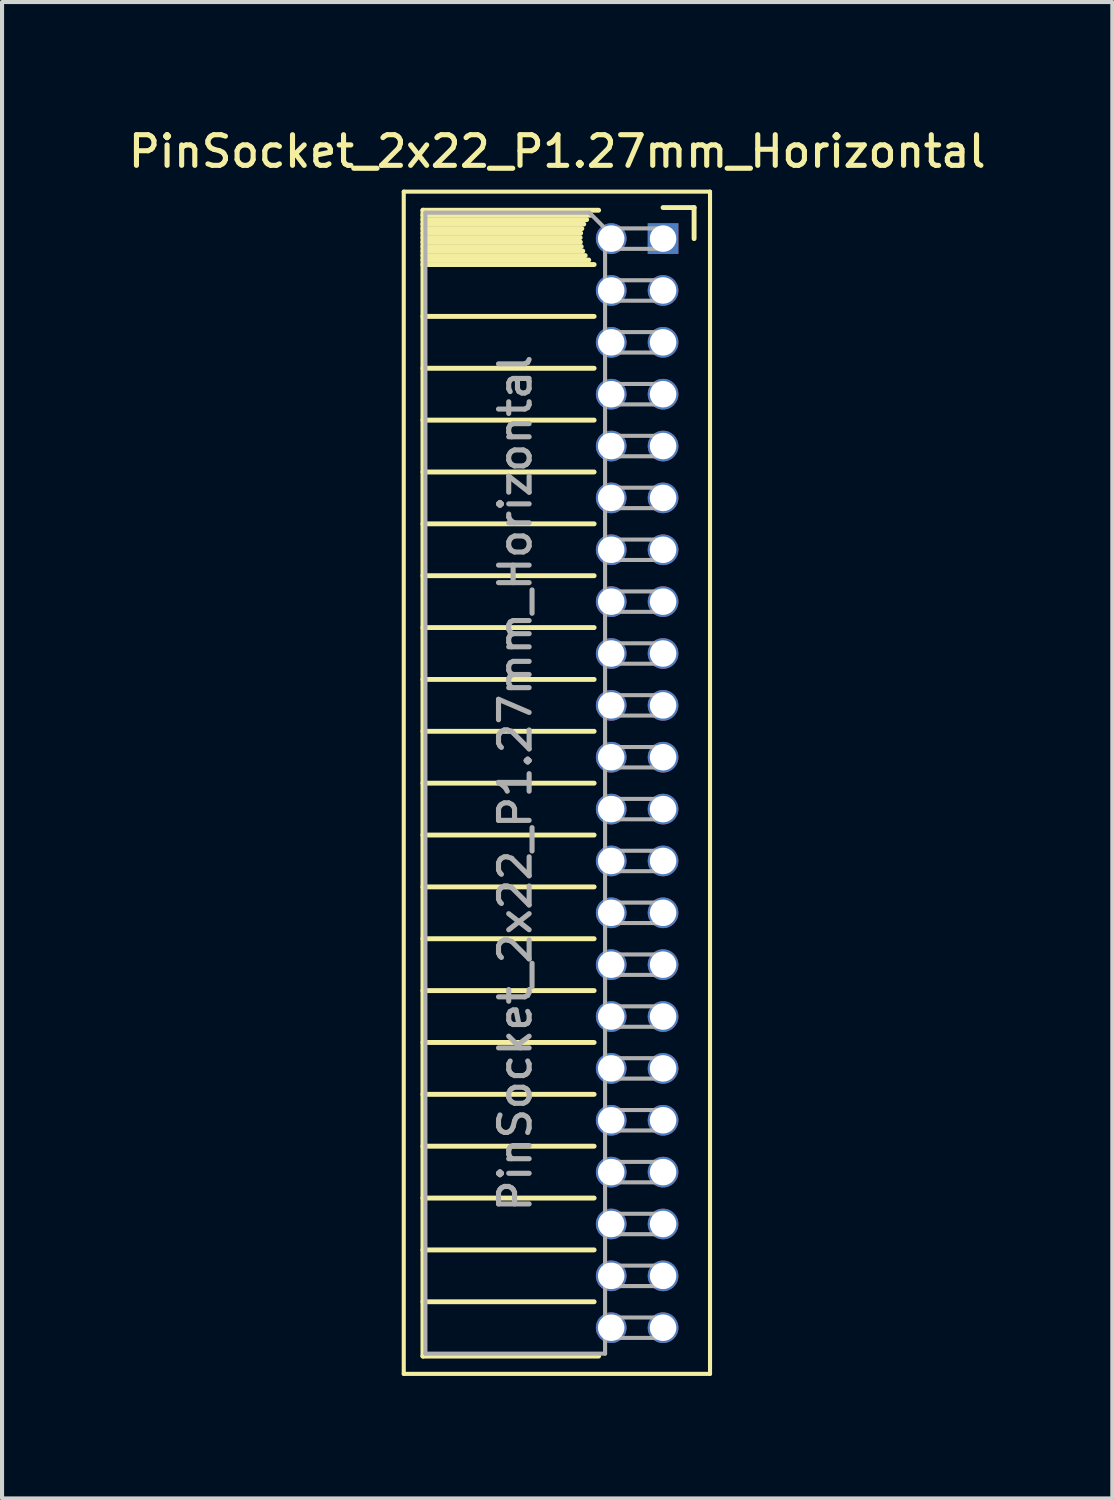
<source format=kicad_pcb>
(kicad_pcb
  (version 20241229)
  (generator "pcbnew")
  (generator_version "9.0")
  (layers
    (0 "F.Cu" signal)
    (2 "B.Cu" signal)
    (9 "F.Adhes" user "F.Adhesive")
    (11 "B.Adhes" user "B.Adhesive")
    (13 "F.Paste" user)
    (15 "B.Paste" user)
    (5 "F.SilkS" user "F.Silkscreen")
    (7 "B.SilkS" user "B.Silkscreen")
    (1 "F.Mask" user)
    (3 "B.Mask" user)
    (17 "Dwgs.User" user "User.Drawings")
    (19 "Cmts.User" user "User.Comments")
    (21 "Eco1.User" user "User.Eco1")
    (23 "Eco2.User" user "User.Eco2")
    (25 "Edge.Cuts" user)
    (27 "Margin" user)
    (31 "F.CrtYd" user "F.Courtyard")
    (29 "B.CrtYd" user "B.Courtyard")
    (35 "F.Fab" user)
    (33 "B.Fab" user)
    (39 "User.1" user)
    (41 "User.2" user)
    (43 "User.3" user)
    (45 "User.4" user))
  (footprint "PinSocket_2x22_P1.27mm_Horizontal"
    (layer "F.Cu")
    (at 13.187 2.793)
    (property "Reference" "PinSocket_2x22_P1.27mm_Horizontal" (at -2.592 -2.135 0) (layer "F.SilkS") (effects (font (size 0.75 0.75) (thickness 0.125))))
    (attr through_hole)
    (fp_line (start -6.35 -1.15) (end -6.35 27.8) (stroke (width 0.1) (type solid)) (layer "F.SilkS"))
    (fp_line (start -6.35 27.8) (end 1.15 27.8) (stroke (width 0.1) (type solid)) (layer "F.SilkS"))
    (fp_line (start -5.88 -0.695) (end -5.88 27.365) (stroke (width 0.12) (type solid)) (layer "F.SilkS"))
    (fp_line (start -5.88 -0.695) (end -1.578 -0.695) (stroke (width 0.12) (type solid)) (layer "F.SilkS"))
    (fp_line (start -5.88 -0.575) (end -1.767 -0.575) (stroke (width 0.12) (type solid)) (layer "F.SilkS"))
    (fp_line (start -5.88 -0.465) (end -1.871 -0.465) (stroke (width 0.12) (type solid)) (layer "F.SilkS"))
    (fp_line (start -5.88 -0.355) (end -1.942 -0.355) (stroke (width 0.12) (type solid)) (layer "F.SilkS"))
    (fp_line (start -5.88 -0.245) (end -1.989 -0.245) (stroke (width 0.12) (type solid)) (layer "F.SilkS"))
    (fp_line (start -5.88 -0.135) (end -2.018 -0.135) (stroke (width 0.12) (type solid)) (layer "F.SilkS"))
    (fp_line (start -5.88 -0.025) (end -2.03 -0.025) (stroke (width 0.12) (type solid)) (layer "F.SilkS"))
    (fp_line (start -5.88 0.085) (end -2.025 0.085) (stroke (width 0.12) (type solid)) (layer "F.SilkS"))
    (fp_line (start -5.88 0.195) (end -2.005 0.195) (stroke (width 0.12) (type solid)) (layer "F.SilkS"))
    (fp_line (start -5.88 0.305) (end -1.966 0.305) (stroke (width 0.12) (type solid)) (layer "F.SilkS"))
    (fp_line (start -5.88 0.415) (end -1.907 0.415) (stroke (width 0.12) (type solid)) (layer "F.SilkS"))
    (fp_line (start -5.88 0.525) (end -1.82 0.525) (stroke (width 0.12) (type solid)) (layer "F.SilkS"))
    (fp_line (start -5.88 0.635) (end -1.688 0.635) (stroke (width 0.12) (type solid)) (layer "F.SilkS"))
    (fp_line (start -5.88 1.905) (end -1.688 1.905) (stroke (width 0.12) (type solid)) (layer "F.SilkS"))
    (fp_line (start -5.88 3.175) (end -1.688 3.175) (stroke (width 0.12) (type solid)) (layer "F.SilkS"))
    (fp_line (start -5.88 4.445) (end -1.688 4.445) (stroke (width 0.12) (type solid)) (layer "F.SilkS"))
    (fp_line (start -5.88 5.715) (end -1.688 5.715) (stroke (width 0.12) (type solid)) (layer "F.SilkS"))
    (fp_line (start -5.88 6.985) (end -1.688 6.985) (stroke (width 0.12) (type solid)) (layer "F.SilkS"))
    (fp_line (start -5.88 8.255) (end -1.688 8.255) (stroke (width 0.12) (type solid)) (layer "F.SilkS"))
    (fp_line (start -5.88 9.525) (end -1.688 9.525) (stroke (width 0.12) (type solid)) (layer "F.SilkS"))
    (fp_line (start -5.88 10.795) (end -1.688 10.795) (stroke (width 0.12) (type solid)) (layer "F.SilkS"))
    (fp_line (start -5.88 12.065) (end -1.688 12.065) (stroke (width 0.12) (type solid)) (layer "F.SilkS"))
    (fp_line (start -5.88 13.335) (end -1.688 13.335) (stroke (width 0.12) (type solid)) (layer "F.SilkS"))
    (fp_line (start -5.88 14.605) (end -1.688 14.605) (stroke (width 0.12) (type solid)) (layer "F.SilkS"))
    (fp_line (start -5.88 15.875) (end -1.688 15.875) (stroke (width 0.12) (type solid)) (layer "F.SilkS"))
    (fp_line (start -5.88 17.145) (end -1.688 17.145) (stroke (width 0.12) (type solid)) (layer "F.SilkS"))
    (fp_line (start -5.88 18.415) (end -1.688 18.415) (stroke (width 0.12) (type solid)) (layer "F.SilkS"))
    (fp_line (start -5.88 19.685) (end -1.688 19.685) (stroke (width 0.12) (type solid)) (layer "F.SilkS"))
    (fp_line (start -5.88 20.955) (end -1.688 20.955) (stroke (width 0.12) (type solid)) (layer "F.SilkS"))
    (fp_line (start -5.88 22.225) (end -1.688 22.225) (stroke (width 0.12) (type solid)) (layer "F.SilkS"))
    (fp_line (start -5.88 23.495) (end -1.688 23.495) (stroke (width 0.12) (type solid)) (layer "F.SilkS"))
    (fp_line (start -5.88 24.765) (end -1.688 24.765) (stroke (width 0.12) (type solid)) (layer "F.SilkS"))
    (fp_line (start -5.88 26.035) (end -1.688 26.035) (stroke (width 0.12) (type solid)) (layer "F.SilkS"))
    (fp_line (start -5.88 27.365) (end -1.578 27.365) (stroke (width 0.12) (type solid)) (layer "F.SilkS"))
    (fp_line (start 0 -0.76) (end 0.76 -0.76) (stroke (width 0.12) (type solid)) (layer "F.SilkS"))
    (fp_line (start 0.76 -0.76) (end 0.76 0) (stroke (width 0.12) (type solid)) (layer "F.SilkS"))
    (fp_line (start 1.15 -1.15) (end -6.35 -1.15) (stroke (width 0.1) (type solid)) (layer "F.SilkS"))
    (fp_line (start 1.15 27.8) (end 1.15 -1.15) (stroke (width 0.1) (type solid)) (layer "F.SilkS"))
    (fp_line (start -5.82 -0.635) (end -1.805 -0.635) (stroke (width 0.1) (type solid)) (layer "F.Fab"))
    (fp_line (start -5.82 27.305) (end -5.82 -0.635) (stroke (width 0.1) (type solid)) (layer "F.Fab"))
    (fp_line (start -1.805 -0.635) (end -1.42 -0.25) (stroke (width 0.1) (type solid)) (layer "F.Fab"))
    (fp_line (start -1.42 -0.25) (end -1.42 27.305) (stroke (width 0.1) (type solid)) (layer "F.Fab"))
    (fp_line (start -1.42 0.25) (end 0 0.25) (stroke (width 0.1) (type solid)) (layer "F.Fab"))
    (fp_line (start -1.42 1.52) (end 0 1.52) (stroke (width 0.1) (type solid)) (layer "F.Fab"))
    (fp_line (start -1.42 2.79) (end 0 2.79) (stroke (width 0.1) (type solid)) (layer "F.Fab"))
    (fp_line (start -1.42 4.06) (end 0 4.06) (stroke (width 0.1) (type solid)) (layer "F.Fab"))
    (fp_line (start -1.42 5.33) (end 0 5.33) (stroke (width 0.1) (type solid)) (layer "F.Fab"))
    (fp_line (start -1.42 6.6) (end 0 6.6) (stroke (width 0.1) (type solid)) (layer "F.Fab"))
    (fp_line (start -1.42 7.87) (end 0 7.87) (stroke (width 0.1) (type solid)) (layer "F.Fab"))
    (fp_line (start -1.42 9.14) (end 0 9.14) (stroke (width 0.1) (type solid)) (layer "F.Fab"))
    (fp_line (start -1.42 10.41) (end 0 10.41) (stroke (width 0.1) (type solid)) (layer "F.Fab"))
    (fp_line (start -1.42 11.68) (end 0 11.68) (stroke (width 0.1) (type solid)) (layer "F.Fab"))
    (fp_line (start -1.42 12.95) (end 0 12.95) (stroke (width 0.1) (type solid)) (layer "F.Fab"))
    (fp_line (start -1.42 14.22) (end 0 14.22) (stroke (width 0.1) (type solid)) (layer "F.Fab"))
    (fp_line (start -1.42 15.49) (end 0 15.49) (stroke (width 0.1) (type solid)) (layer "F.Fab"))
    (fp_line (start -1.42 16.76) (end 0 16.76) (stroke (width 0.1) (type solid)) (layer "F.Fab"))
    (fp_line (start -1.42 18.03) (end 0 18.03) (stroke (width 0.1) (type solid)) (layer "F.Fab"))
    (fp_line (start -1.42 19.3) (end 0 19.3) (stroke (width 0.1) (type solid)) (layer "F.Fab"))
    (fp_line (start -1.42 20.57) (end 0 20.57) (stroke (width 0.1) (type solid)) (layer "F.Fab"))
    (fp_line (start -1.42 21.84) (end 0 21.84) (stroke (width 0.1) (type solid)) (layer "F.Fab"))
    (fp_line (start -1.42 23.11) (end 0 23.11) (stroke (width 0.1) (type solid)) (layer "F.Fab"))
    (fp_line (start -1.42 24.38) (end 0 24.38) (stroke (width 0.1) (type solid)) (layer "F.Fab"))
    (fp_line (start -1.42 25.65) (end 0 25.65) (stroke (width 0.1) (type solid)) (layer "F.Fab"))
    (fp_line (start -1.42 26.92) (end 0 26.92) (stroke (width 0.1) (type solid)) (layer "F.Fab"))
    (fp_line (start -1.42 27.305) (end -5.82 27.305) (stroke (width 0.1) (type solid)) (layer "F.Fab"))
    (fp_line (start 0 -0.25) (end -1.42 -0.25) (stroke (width 0.1) (type solid)) (layer "F.Fab"))
    (fp_line (start 0 0.25) (end 0 -0.25) (stroke (width 0.1) (type solid)) (layer "F.Fab"))
    (fp_line (start 0 1.02) (end -1.42 1.02) (stroke (width 0.1) (type solid)) (layer "F.Fab"))
    (fp_line (start 0 1.52) (end 0 1.02) (stroke (width 0.1) (type solid)) (layer "F.Fab"))
    (fp_line (start 0 2.29) (end -1.42 2.29) (stroke (width 0.1) (type solid)) (layer "F.Fab"))
    (fp_line (start 0 2.79) (end 0 2.29) (stroke (width 0.1) (type solid)) (layer "F.Fab"))
    (fp_line (start 0 3.56) (end -1.42 3.56) (stroke (width 0.1) (type solid)) (layer "F.Fab"))
    (fp_line (start 0 4.06) (end 0 3.56) (stroke (width 0.1) (type solid)) (layer "F.Fab"))
    (fp_line (start 0 4.83) (end -1.42 4.83) (stroke (width 0.1) (type solid)) (layer "F.Fab"))
    (fp_line (start 0 5.33) (end 0 4.83) (stroke (width 0.1) (type solid)) (layer "F.Fab"))
    (fp_line (start 0 6.1) (end -1.42 6.1) (stroke (width 0.1) (type solid)) (layer "F.Fab"))
    (fp_line (start 0 6.6) (end 0 6.1) (stroke (width 0.1) (type solid)) (layer "F.Fab"))
    (fp_line (start 0 7.37) (end -1.42 7.37) (stroke (width 0.1) (type solid)) (layer "F.Fab"))
    (fp_line (start 0 7.87) (end 0 7.37) (stroke (width 0.1) (type solid)) (layer "F.Fab"))
    (fp_line (start 0 8.64) (end -1.42 8.64) (stroke (width 0.1) (type solid)) (layer "F.Fab"))
    (fp_line (start 0 9.14) (end 0 8.64) (stroke (width 0.1) (type solid)) (layer "F.Fab"))
    (fp_line (start 0 9.91) (end -1.42 9.91) (stroke (width 0.1) (type solid)) (layer "F.Fab"))
    (fp_line (start 0 10.41) (end 0 9.91) (stroke (width 0.1) (type solid)) (layer "F.Fab"))
    (fp_line (start 0 11.18) (end -1.42 11.18) (stroke (width 0.1) (type solid)) (layer "F.Fab"))
    (fp_line (start 0 11.68) (end 0 11.18) (stroke (width 0.1) (type solid)) (layer "F.Fab"))
    (fp_line (start 0 12.45) (end -1.42 12.45) (stroke (width 0.1) (type solid)) (layer "F.Fab"))
    (fp_line (start 0 12.95) (end 0 12.45) (stroke (width 0.1) (type solid)) (layer "F.Fab"))
    (fp_line (start 0 13.72) (end -1.42 13.72) (stroke (width 0.1) (type solid)) (layer "F.Fab"))
    (fp_line (start 0 14.22) (end 0 13.72) (stroke (width 0.1) (type solid)) (layer "F.Fab"))
    (fp_line (start 0 14.99) (end -1.42 14.99) (stroke (width 0.1) (type solid)) (layer "F.Fab"))
    (fp_line (start 0 15.49) (end 0 14.99) (stroke (width 0.1) (type solid)) (layer "F.Fab"))
    (fp_line (start 0 16.26) (end -1.42 16.26) (stroke (width 0.1) (type solid)) (layer "F.Fab"))
    (fp_line (start 0 16.76) (end 0 16.26) (stroke (width 0.1) (type solid)) (layer "F.Fab"))
    (fp_line (start 0 17.53) (end -1.42 17.53) (stroke (width 0.1) (type solid)) (layer "F.Fab"))
    (fp_line (start 0 18.03) (end 0 17.53) (stroke (width 0.1) (type solid)) (layer "F.Fab"))
    (fp_line (start 0 18.8) (end -1.42 18.8) (stroke (width 0.1) (type solid)) (layer "F.Fab"))
    (fp_line (start 0 19.3) (end 0 18.8) (stroke (width 0.1) (type solid)) (layer "F.Fab"))
    (fp_line (start 0 20.07) (end -1.42 20.07) (stroke (width 0.1) (type solid)) (layer "F.Fab"))
    (fp_line (start 0 20.57) (end 0 20.07) (stroke (width 0.1) (type solid)) (layer "F.Fab"))
    (fp_line (start 0 21.34) (end -1.42 21.34) (stroke (width 0.1) (type solid)) (layer "F.Fab"))
    (fp_line (start 0 21.84) (end 0 21.34) (stroke (width 0.1) (type solid)) (layer "F.Fab"))
    (fp_line (start 0 22.61) (end -1.42 22.61) (stroke (width 0.1) (type solid)) (layer "F.Fab"))
    (fp_line (start 0 23.11) (end 0 22.61) (stroke (width 0.1) (type solid)) (layer "F.Fab"))
    (fp_line (start 0 23.88) (end -1.42 23.88) (stroke (width 0.1) (type solid)) (layer "F.Fab"))
    (fp_line (start 0 24.38) (end 0 23.88) (stroke (width 0.1) (type solid)) (layer "F.Fab"))
    (fp_line (start 0 25.15) (end -1.42 25.15) (stroke (width 0.1) (type solid)) (layer "F.Fab"))
    (fp_line (start 0 25.65) (end 0 25.15) (stroke (width 0.1) (type solid)) (layer "F.Fab"))
    (fp_line (start 0 26.42) (end -1.42 26.42) (stroke (width 0.1) (type solid)) (layer "F.Fab"))
    (fp_line (start 0 26.92) (end 0 26.42) (stroke (width 0.1) (type solid)) (layer "F.Fab"))
    (fp_text user "${REFERENCE}" (at -3.62 13.335 90) (layer "F.Fab") (effects (font (size 0.75 0.75) (thickness 0.125))))
    (pad "1" thru_hole rect (at 0 0) (size 0.75 0.75) (drill 0.65) (layers "*.Cu" "*.Mask"))
    (pad "2" thru_hole oval (at -1.27 0) (size 0.75 0.75) (drill 0.65) (layers "*.Cu" "*.Mask"))
    (pad "3" thru_hole oval (at 0 1.27) (size 0.75 0.75) (drill 0.65) (layers "*.Cu" "*.Mask"))
    (pad "4" thru_hole oval (at -1.27 1.27) (size 0.75 0.75) (drill 0.65) (layers "*.Cu" "*.Mask"))
    (pad "5" thru_hole oval (at 0 2.54) (size 0.75 0.75) (drill 0.65) (layers "*.Cu" "*.Mask"))
    (pad "6" thru_hole oval (at -1.27 2.54) (size 0.75 0.75) (drill 0.65) (layers "*.Cu" "*.Mask"))
    (pad "7" thru_hole oval (at 0 3.81) (size 0.75 0.75) (drill 0.65) (layers "*.Cu" "*.Mask"))
    (pad "8" thru_hole oval (at -1.27 3.81) (size 0.75 0.75) (drill 0.65) (layers "*.Cu" "*.Mask"))
    (pad "9" thru_hole oval (at 0 5.08) (size 0.75 0.75) (drill 0.65) (layers "*.Cu" "*.Mask"))
    (pad "10" thru_hole oval (at -1.27 5.08) (size 0.75 0.75) (drill 0.65) (layers "*.Cu" "*.Mask"))
    (pad "11" thru_hole oval (at 0 6.35) (size 0.75 0.75) (drill 0.65) (layers "*.Cu" "*.Mask"))
    (pad "12" thru_hole oval (at -1.27 6.35) (size 0.75 0.75) (drill 0.65) (layers "*.Cu" "*.Mask"))
    (pad "13" thru_hole oval (at 0 7.62) (size 0.75 0.75) (drill 0.65) (layers "*.Cu" "*.Mask"))
    (pad "14" thru_hole oval (at -1.27 7.62) (size 0.75 0.75) (drill 0.65) (layers "*.Cu" "*.Mask"))
    (pad "15" thru_hole oval (at 0 8.89) (size 0.75 0.75) (drill 0.65) (layers "*.Cu" "*.Mask"))
    (pad "16" thru_hole oval (at -1.27 8.89) (size 0.75 0.75) (drill 0.65) (layers "*.Cu" "*.Mask"))
    (pad "17" thru_hole oval (at 0 10.16) (size 0.75 0.75) (drill 0.65) (layers "*.Cu" "*.Mask"))
    (pad "18" thru_hole oval (at -1.27 10.16) (size 0.75 0.75) (drill 0.65) (layers "*.Cu" "*.Mask"))
    (pad "19" thru_hole oval (at 0 11.43) (size 0.75 0.75) (drill 0.65) (layers "*.Cu" "*.Mask"))
    (pad "20" thru_hole oval (at -1.27 11.43) (size 0.75 0.75) (drill 0.65) (layers "*.Cu" "*.Mask"))
    (pad "21" thru_hole oval (at 0 12.7) (size 0.75 0.75) (drill 0.65) (layers "*.Cu" "*.Mask"))
    (pad "22" thru_hole oval (at -1.27 12.7) (size 0.75 0.75) (drill 0.65) (layers "*.Cu" "*.Mask"))
    (pad "23" thru_hole oval (at 0 13.97) (size 0.75 0.75) (drill 0.65) (layers "*.Cu" "*.Mask"))
    (pad "24" thru_hole oval (at -1.27 13.97) (size 0.75 0.75) (drill 0.65) (layers "*.Cu" "*.Mask"))
    (pad "25" thru_hole oval (at 0 15.24) (size 0.75 0.75) (drill 0.65) (layers "*.Cu" "*.Mask"))
    (pad "26" thru_hole oval (at -1.27 15.24) (size 0.75 0.75) (drill 0.65) (layers "*.Cu" "*.Mask"))
    (pad "27" thru_hole oval (at 0 16.51) (size 0.75 0.75) (drill 0.65) (layers "*.Cu" "*.Mask"))
    (pad "28" thru_hole oval (at -1.27 16.51) (size 0.75 0.75) (drill 0.65) (layers "*.Cu" "*.Mask"))
    (pad "29" thru_hole oval (at 0 17.78) (size 0.75 0.75) (drill 0.65) (layers "*.Cu" "*.Mask"))
    (pad "30" thru_hole oval (at -1.27 17.78) (size 0.75 0.75) (drill 0.65) (layers "*.Cu" "*.Mask"))
    (pad "31" thru_hole oval (at 0 19.05) (size 0.75 0.75) (drill 0.65) (layers "*.Cu" "*.Mask"))
    (pad "32" thru_hole oval (at -1.27 19.05) (size 0.75 0.75) (drill 0.65) (layers "*.Cu" "*.Mask"))
    (pad "33" thru_hole oval (at 0 20.32) (size 0.75 0.75) (drill 0.65) (layers "*.Cu" "*.Mask"))
    (pad "34" thru_hole oval (at -1.27 20.32) (size 0.75 0.75) (drill 0.65) (layers "*.Cu" "*.Mask"))
    (pad "35" thru_hole oval (at 0 21.59) (size 0.75 0.75) (drill 0.65) (layers "*.Cu" "*.Mask"))
    (pad "36" thru_hole oval (at -1.27 21.59) (size 0.75 0.75) (drill 0.65) (layers "*.Cu" "*.Mask"))
    (pad "37" thru_hole oval (at 0 22.86) (size 0.75 0.75) (drill 0.65) (layers "*.Cu" "*.Mask"))
    (pad "38" thru_hole oval (at -1.27 22.86) (size 0.75 0.75) (drill 0.65) (layers "*.Cu" "*.Mask"))
    (pad "39" thru_hole oval (at 0 24.13) (size 0.75 0.75) (drill 0.65) (layers "*.Cu" "*.Mask"))
    (pad "40" thru_hole oval (at -1.27 24.13) (size 0.75 0.75) (drill 0.65) (layers "*.Cu" "*.Mask"))
    (pad "41" thru_hole oval (at 0 25.4) (size 0.75 0.75) (drill 0.65) (layers "*.Cu" "*.Mask"))
    (pad "42" thru_hole oval (at -1.27 25.4) (size 0.75 0.75) (drill 0.65) (layers "*.Cu" "*.Mask"))
    (pad "43" thru_hole oval (at 0 26.67) (size 0.75 0.75) (drill 0.65) (layers "*.Cu" "*.Mask"))
    (pad "44" thru_hole oval (at -1.27 26.67) (size 0.75 0.75) (drill 0.65) (layers "*.Cu" "*.Mask")))
  (gr_rect
    (start -3 -3)
    (end 24.189 33.643)
    (stroke (width 0.1) (type default))
    (fill no)
    (layer "Edge.Cuts")))
</source>
